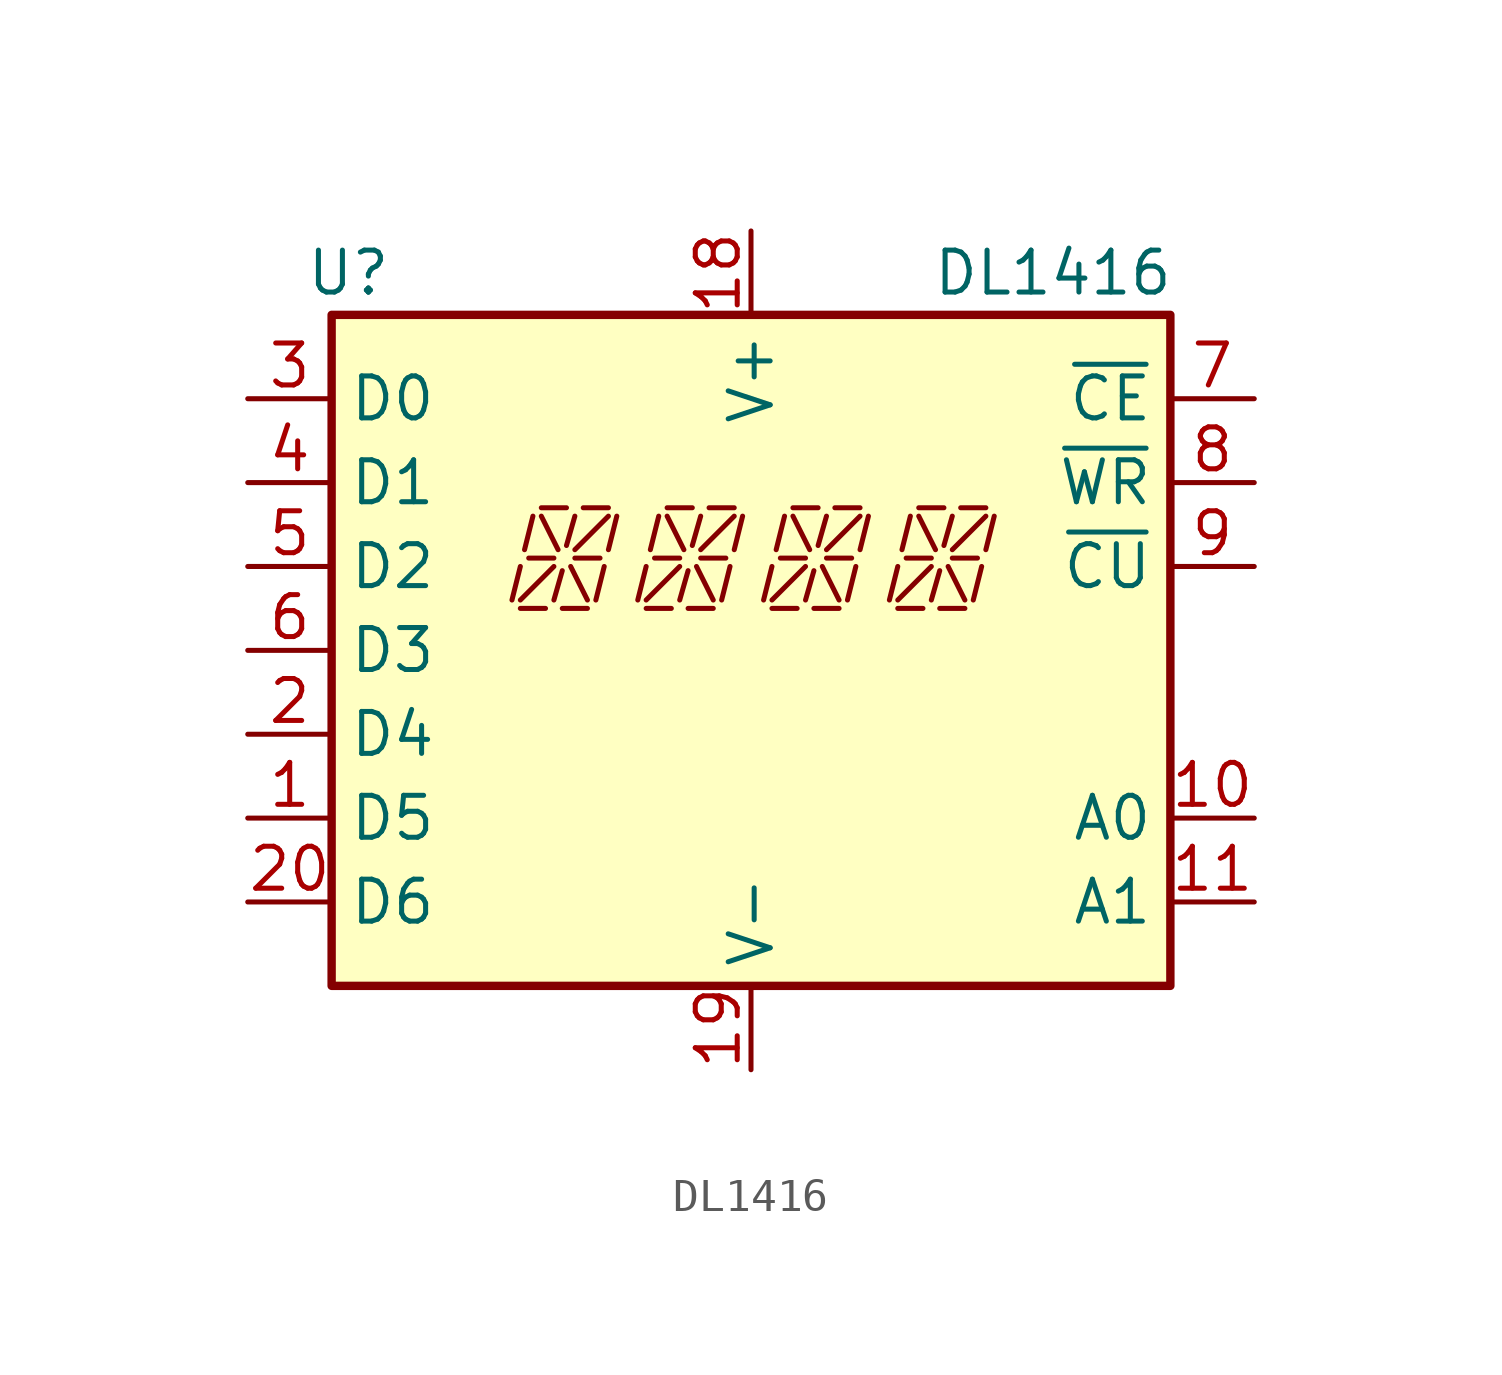
<source format=kicad_sym>
(kicad_symbol_lib
  (version 20241209)
  (generator "kicad_symbol_editor")
  (generator_version "9.0")
  (symbol "DL1416"
    (property "Reference" "U"
      (at -12.192 11.43 0)
      (effects (font (size 1.27 1.27))))
    (property "Value" "DL1416"
      (at 9.144 11.43 0)
      (effects (font (size 1.27 1.27))))
    (symbol "DL1416_1_1"
      (rectangle (start -12.7 10.16) (end 12.7 -10.16) (stroke (width 0.254) (type solid)) (fill (type background)))
      (polyline (pts (xy -6.985 2.54) (xy -7.239 1.524)) (stroke (width 0) (type default)) (fill (type none)))
      (polyline (pts (xy -6.985 1.524) (xy -5.969 2.54)) (stroke (width 0) (type default)) (fill (type none)))
      (polyline (pts (xy -6.985 1.27) (xy -6.223 1.27)) (stroke (width 0) (type default)) (fill (type none)))
      (polyline (pts (xy -6.731 2.794) (xy -5.969 2.794)) (stroke (width 0) (type default)) (fill (type none)))
      (polyline (pts (xy -6.604 4.064) (xy -6.858 3.048)) (stroke (width 0) (type default)) (fill (type none)))
      (polyline (pts (xy -6.35 4.064) (xy -5.842 3.048)) (stroke (width 0) (type default)) (fill (type none)))
      (polyline (pts (xy -5.969 1.524) (xy -5.715 2.413)) (stroke (width 0) (type default)) (fill (type none)))
      (polyline (pts (xy -5.715 1.27) (xy -4.953 1.27)) (stroke (width 0) (type default)) (fill (type none)))
      (polyline (pts (xy -5.588 4.318) (xy -6.35 4.318)) (stroke (width 0) (type default)) (fill (type none)))
      (polyline (pts (xy -5.334 4.064) (xy -5.588 3.175)) (stroke (width 0) (type default)) (fill (type none)))
      (polyline (pts (xy -4.953 1.524) (xy -5.461 2.54)) (stroke (width 0) (type default)) (fill (type none)))
      (polyline (pts (xy -4.572 2.794) (xy -5.334 2.794)) (stroke (width 0) (type default)) (fill (type none)))
      (polyline (pts (xy -4.445 2.54) (xy -4.699 1.524)) (stroke (width 0) (type default)) (fill (type none)))
      (polyline (pts (xy -4.318 4.318) (xy -5.08 4.318)) (stroke (width 0) (type default)) (fill (type none)))
      (polyline (pts (xy -4.318 4.064) (xy -5.334 3.048)) (stroke (width 0) (type default)) (fill (type none)))
      (polyline (pts (xy -4.064 4.064) (xy -4.318 3.048)) (stroke (width 0) (type default)) (fill (type none)))
      (polyline (pts (xy -3.175 2.54) (xy -3.429 1.524)) (stroke (width 0) (type default)) (fill (type none)))
      (polyline (pts (xy -3.175 1.524) (xy -2.159 2.54)) (stroke (width 0) (type default)) (fill (type none)))
      (polyline (pts (xy -3.175 1.27) (xy -2.413 1.27)) (stroke (width 0) (type default)) (fill (type none)))
      (polyline (pts (xy -2.921 2.794) (xy -2.159 2.794)) (stroke (width 0) (type default)) (fill (type none)))
      (polyline (pts (xy -2.794 4.064) (xy -3.048 3.048)) (stroke (width 0) (type default)) (fill (type none)))
      (polyline (pts (xy -2.54 4.064) (xy -2.032 3.048)) (stroke (width 0) (type default)) (fill (type none)))
      (polyline (pts (xy -2.159 1.524) (xy -1.905 2.413)) (stroke (width 0) (type default)) (fill (type none)))
      (polyline (pts (xy -1.905 1.27) (xy -1.143 1.27)) (stroke (width 0) (type default)) (fill (type none)))
      (polyline (pts (xy -1.778 4.318) (xy -2.54 4.318)) (stroke (width 0) (type default)) (fill (type none)))
      (polyline (pts (xy -1.524 4.064) (xy -1.778 3.175)) (stroke (width 0) (type default)) (fill (type none)))
      (polyline (pts (xy -1.143 1.524) (xy -1.651 2.54)) (stroke (width 0) (type default)) (fill (type none)))
      (polyline (pts (xy -0.762 2.794) (xy -1.524 2.794)) (stroke (width 0) (type default)) (fill (type none)))
      (polyline (pts (xy -0.635 2.54) (xy -0.889 1.524)) (stroke (width 0) (type default)) (fill (type none)))
      (polyline (pts (xy -0.508 4.318) (xy -1.27 4.318)) (stroke (width 0) (type default)) (fill (type none)))
      (polyline (pts (xy -0.508 4.064) (xy -1.524 3.048)) (stroke (width 0) (type default)) (fill (type none)))
      (polyline (pts (xy -0.254 4.064) (xy -0.508 3.048)) (stroke (width 0) (type default)) (fill (type none)))
      (polyline (pts (xy 0.635 2.54) (xy 0.381 1.524)) (stroke (width 0) (type default)) (fill (type none)))
      (polyline (pts (xy 0.635 1.524) (xy 1.651 2.54)) (stroke (width 0) (type default)) (fill (type none)))
      (polyline (pts (xy 0.635 1.27) (xy 1.397 1.27)) (stroke (width 0) (type default)) (fill (type none)))
      (polyline (pts (xy 0.889 2.794) (xy 1.651 2.794)) (stroke (width 0) (type default)) (fill (type none)))
      (polyline (pts (xy 1.016 4.064) (xy 0.762 3.048)) (stroke (width 0) (type default)) (fill (type none)))
      (polyline (pts (xy 1.27 4.064) (xy 1.778 3.048)) (stroke (width 0) (type default)) (fill (type none)))
      (polyline (pts (xy 1.651 1.524) (xy 1.905 2.413)) (stroke (width 0) (type default)) (fill (type none)))
      (polyline (pts (xy 1.905 1.27) (xy 2.667 1.27)) (stroke (width 0) (type default)) (fill (type none)))
      (polyline (pts (xy 2.032 4.318) (xy 1.27 4.318)) (stroke (width 0) (type default)) (fill (type none)))
      (polyline (pts (xy 2.286 4.064) (xy 2.032 3.175)) (stroke (width 0) (type default)) (fill (type none)))
      (polyline (pts (xy 2.667 1.524) (xy 2.159 2.54)) (stroke (width 0) (type default)) (fill (type none)))
      (polyline (pts (xy 3.048 2.794) (xy 2.286 2.794)) (stroke (width 0) (type default)) (fill (type none)))
      (polyline (pts (xy 3.175 2.54) (xy 2.921 1.524)) (stroke (width 0) (type default)) (fill (type none)))
      (polyline (pts (xy 3.302 4.318) (xy 2.54 4.318)) (stroke (width 0) (type default)) (fill (type none)))
      (polyline (pts (xy 3.302 4.064) (xy 2.286 3.048)) (stroke (width 0) (type default)) (fill (type none)))
      (polyline (pts (xy 3.556 4.064) (xy 3.302 3.048)) (stroke (width 0) (type default)) (fill (type none)))
      (polyline (pts (xy 4.445 2.54) (xy 4.191 1.524)) (stroke (width 0) (type default)) (fill (type none)))
      (polyline (pts (xy 4.445 1.524) (xy 5.461 2.54)) (stroke (width 0) (type default)) (fill (type none)))
      (polyline (pts (xy 4.445 1.27) (xy 5.207 1.27)) (stroke (width 0) (type default)) (fill (type none)))
      (polyline (pts (xy 4.699 2.794) (xy 5.461 2.794)) (stroke (width 0) (type default)) (fill (type none)))
      (polyline (pts (xy 4.826 4.064) (xy 4.572 3.048)) (stroke (width 0) (type default)) (fill (type none)))
      (polyline (pts (xy 5.08 4.064) (xy 5.588 3.048)) (stroke (width 0) (type default)) (fill (type none)))
      (polyline (pts (xy 5.461 1.524) (xy 5.715 2.413)) (stroke (width 0) (type default)) (fill (type none)))
      (polyline (pts (xy 5.715 1.27) (xy 6.477 1.27)) (stroke (width 0) (type default)) (fill (type none)))
      (polyline (pts (xy 5.842 4.318) (xy 5.08 4.318)) (stroke (width 0) (type default)) (fill (type none)))
      (polyline (pts (xy 6.096 4.064) (xy 5.842 3.175)) (stroke (width 0) (type default)) (fill (type none)))
      (polyline (pts (xy 6.477 1.524) (xy 5.969 2.54)) (stroke (width 0) (type default)) (fill (type none)))
      (polyline (pts (xy 6.858 2.794) (xy 6.096 2.794)) (stroke (width 0) (type default)) (fill (type none)))
      (polyline (pts (xy 6.985 2.54) (xy 6.731 1.524)) (stroke (width 0) (type default)) (fill (type none)))
      (polyline (pts (xy 7.112 4.318) (xy 6.35 4.318)) (stroke (width 0) (type default)) (fill (type none)))
      (polyline (pts (xy 7.112 4.064) (xy 6.096 3.048)) (stroke (width 0) (type default)) (fill (type none)))
      (polyline (pts (xy 7.366 4.064) (xy 7.112 3.048)) (stroke (width 0) (type default)) (fill (type none)))
      (pin input line (at -15.24 7.62 0) (length 2.54) (name "D0" (effects (font (size 1.27 1.27)))) (number "3" (effects (font (size 1.27 1.27)))))
      (pin input line (at -15.24 5.08 0) (length 2.54) (name "D1" (effects (font (size 1.27 1.27)))) (number "4" (effects (font (size 1.27 1.27)))))
      (pin input line (at -15.24 2.54 0) (length 2.54) (name "D2" (effects (font (size 1.27 1.27)))) (number "5" (effects (font (size 1.27 1.27)))))
      (pin input line (at -15.24 0 0) (length 2.54) (name "D3" (effects (font (size 1.27 1.27)))) (number "6" (effects (font (size 1.27 1.27)))))
      (pin input line (at -15.24 -2.54 0) (length 2.54) (name "D4" (effects (font (size 1.27 1.27)))) (number "2" (effects (font (size 1.27 1.27)))))
      (pin input line (at -15.24 -5.08 0) (length 2.54) (name "D5" (effects (font (size 1.27 1.27)))) (number "1" (effects (font (size 1.27 1.27)))))
      (pin input line (at -15.24 -7.62 0) (length 2.54) (name "D6" (effects (font (size 1.27 1.27)))) (number "20" (effects (font (size 1.27 1.27)))))
      (pin power_in line (at 0 12.7 270) (length 2.54) (name "V+" (effects (font (size 1.27 1.27)))) (number "18" (effects (font (size 1.27 1.27)))))
      (pin power_in line (at 0 -12.7 90) (length 2.54) (name "V-" (effects (font (size 1.27 1.27)))) (number "19" (effects (font (size 1.27 1.27)))))
      (pin no_connect line (at 2.54 -10.16 90) (length 2.54) (hide yes) (name "Unused" (effects (font (size 1.27 1.27)))) (number "12" (effects (font (size 1.27 1.27)))))
      (pin no_connect line (at 3.81 -10.16 90) (length 2.54) (hide yes) (name "Unused" (effects (font (size 1.27 1.27)))) (number "13" (effects (font (size 1.27 1.27)))))
      (pin no_connect line (at 5.08 -10.16 90) (length 2.54) (hide yes) (name "Unused" (effects (font (size 1.27 1.27)))) (number "14" (effects (font (size 1.27 1.27)))))
      (pin no_connect line (at 6.35 -10.16 90) (length 2.54) (hide yes) (name "Unused" (effects (font (size 1.27 1.27)))) (number "15" (effects (font (size 1.27 1.27)))))
      (pin no_connect line (at 7.62 -10.16 90) (length 2.54) (hide yes) (name "Unused" (effects (font (size 1.27 1.27)))) (number "16" (effects (font (size 1.27 1.27)))))
      (pin no_connect line (at 8.89 -10.16 90) (length 2.54) (hide yes) (name "Unused" (effects (font (size 1.27 1.27)))) (number "17" (effects (font (size 1.27 1.27)))))
      (pin input line (at 15.24 7.62 180) (length 2.54) (name "~{CE}" (effects (font (size 1.27 1.27)))) (number "7" (effects (font (size 1.27 1.27)))))
      (pin input line (at 15.24 5.08 180) (length 2.54) (name "~{WR}" (effects (font (size 1.27 1.27)))) (number "8" (effects (font (size 1.27 1.27)))))
      (pin input line (at 15.24 2.54 180) (length 2.54) (name "~{CU}" (effects (font (size 1.27 1.27)))) (number "9" (effects (font (size 1.27 1.27)))))
      (pin input line (at 15.24 -5.08 180) (length 2.54) (name "A0" (effects (font (size 1.27 1.27)))) (number "10" (effects (font (size 1.27 1.27)))))
      (pin input line (at 15.24 -7.62 180) (length 2.54) (name "A1" (effects (font (size 1.27 1.27)))) (number "11" (effects (font (size 1.27 1.27))))))))
</source>
